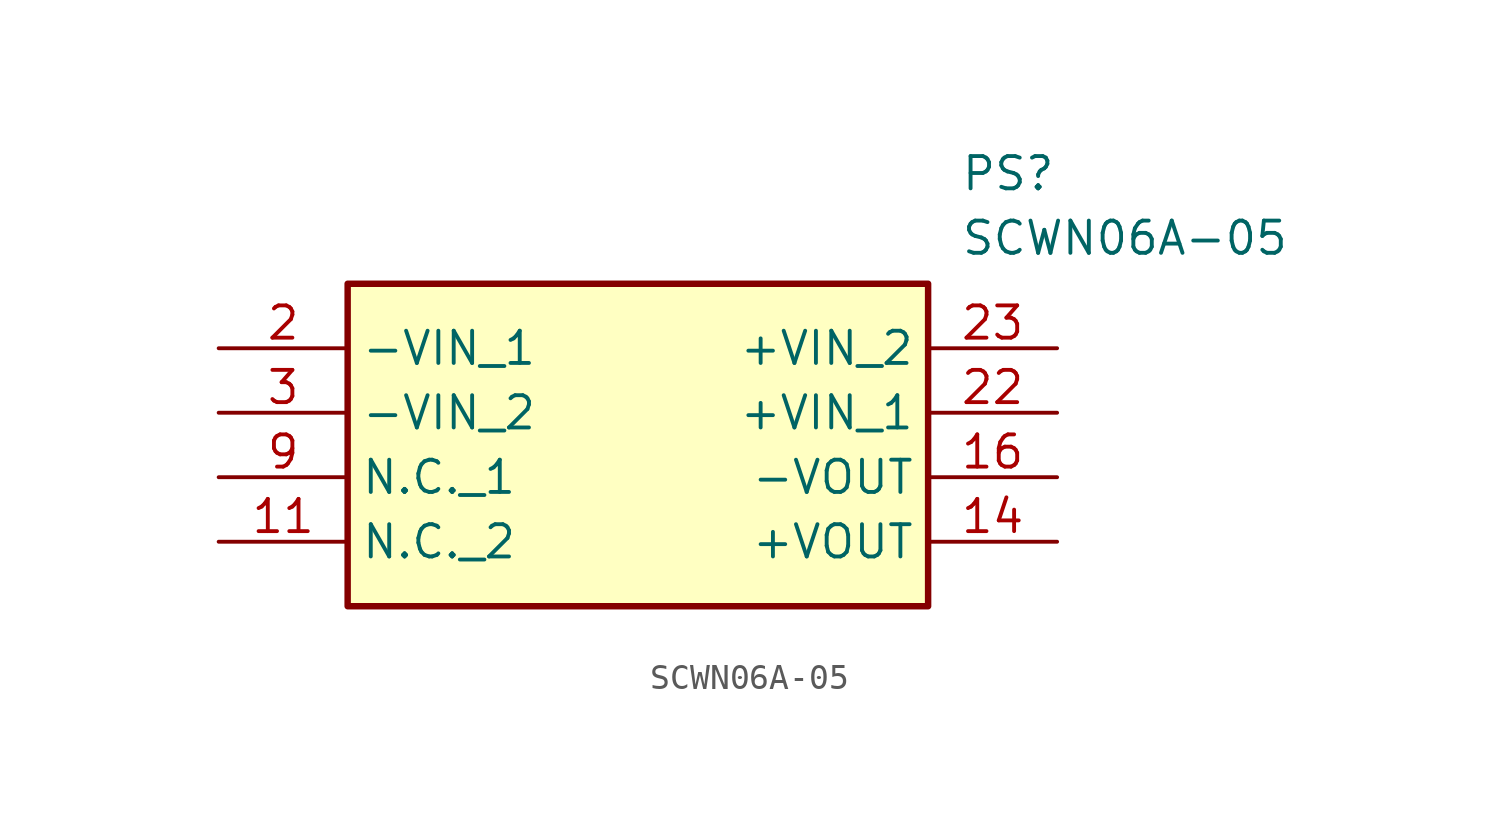
<source format=kicad_sym>
(kicad_symbol_lib
  (version 20211014)
  (generator SamacSys_ECAD_Model)
  (symbol "SCWN06A-05"
    (property "Reference" "PS"
      (at 29.21 7.62 0)
      (effects (font (size 1.27 1.27)) (justify left top)))
    (property "Value" "SCWN06A-05"
      (at 29.21 5.08 0)
      (effects (font (size 1.27 1.27)) (justify left top)))
    (rectangle
      (start 5.08 2.54)
      (end 27.94 -10.16)
      (stroke (width 0.254) (type default))
      (fill (type background)))
    (pin passive line
      (at 0 0 0)
      (length 5.08)
      (name "-VIN_1" (effects (font (size 1.27 1.27))))
      (number "2" (effects (font (size 1.27 1.27)))))
    (pin passive line
      (at 0 -2.54 0)
      (length 5.08)
      (name "-VIN_2" (effects (font (size 1.27 1.27))))
      (number "3" (effects (font (size 1.27 1.27)))))
    (pin passive line
      (at 0 -5.08 0)
      (length 5.08)
      (name "N.C._1" (effects (font (size 1.27 1.27))))
      (number "9" (effects (font (size 1.27 1.27)))))
    (pin passive line
      (at 0 -7.62 0)
      (length 5.08)
      (name "N.C._2" (effects (font (size 1.27 1.27))))
      (number "11" (effects (font (size 1.27 1.27)))))
    (pin passive line
      (at 33.02 -7.62 180)
      (length 5.08)
      (name "+VOUT" (effects (font (size 1.27 1.27))))
      (number "14" (effects (font (size 1.27 1.27)))))
    (pin passive line
      (at 33.02 -5.08 180)
      (length 5.08)
      (name "-VOUT" (effects (font (size 1.27 1.27))))
      (number "16" (effects (font (size 1.27 1.27)))))
    (pin passive line
      (at 33.02 -2.54 180)
      (length 5.08)
      (name "+VIN_1" (effects (font (size 1.27 1.27))))
      (number "22" (effects (font (size 1.27 1.27)))))
    (pin passive line
      (at 33.02 0 180)
      (length 5.08)
      (name "+VIN_2" (effects (font (size 1.27 1.27))))
      (number "23" (effects (font (size 1.27 1.27)))))))
</source>
